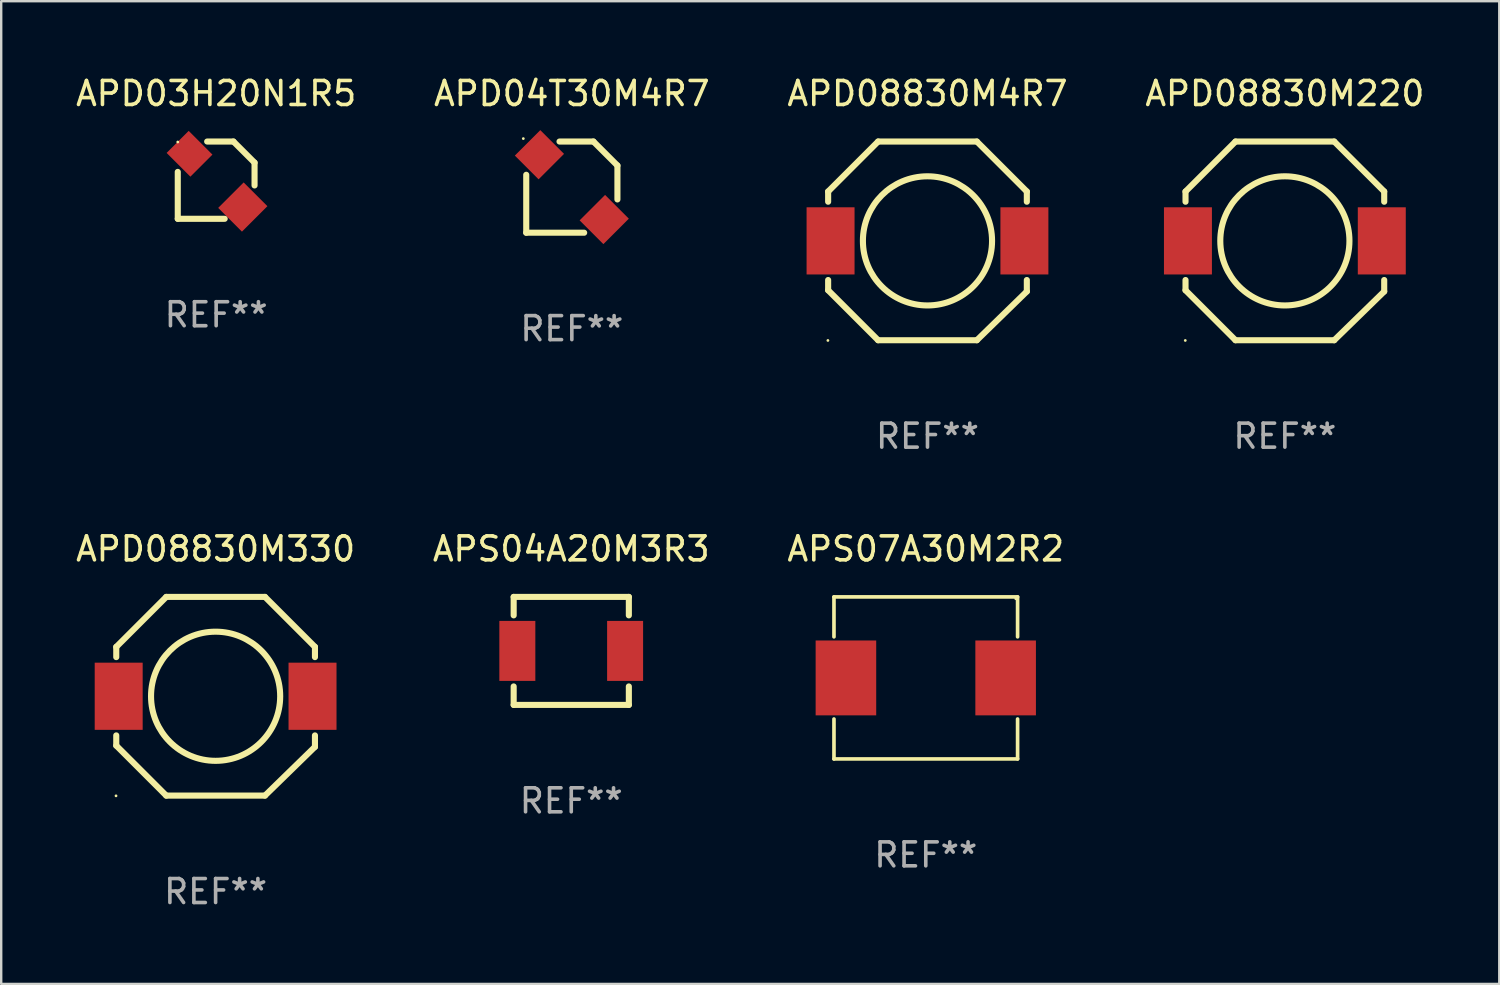
<source format=kicad_pcb>
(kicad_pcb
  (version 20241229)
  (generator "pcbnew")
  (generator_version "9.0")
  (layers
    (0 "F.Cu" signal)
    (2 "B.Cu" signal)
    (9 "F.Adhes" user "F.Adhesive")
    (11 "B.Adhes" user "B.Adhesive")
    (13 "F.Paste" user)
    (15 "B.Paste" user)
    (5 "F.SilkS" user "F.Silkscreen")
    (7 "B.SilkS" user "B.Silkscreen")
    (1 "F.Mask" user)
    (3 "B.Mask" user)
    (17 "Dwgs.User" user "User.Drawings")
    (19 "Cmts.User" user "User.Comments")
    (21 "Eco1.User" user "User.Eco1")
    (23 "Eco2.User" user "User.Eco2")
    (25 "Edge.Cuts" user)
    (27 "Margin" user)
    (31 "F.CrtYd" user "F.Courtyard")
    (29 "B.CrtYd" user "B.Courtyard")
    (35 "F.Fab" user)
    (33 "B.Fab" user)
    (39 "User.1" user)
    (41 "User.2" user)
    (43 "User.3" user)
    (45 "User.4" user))
  (footprint "APD08830M220"
    (layer "F.Cu")
    (at 50.494 6.988)
    (property "Reference" "APD08830M220" (at 0 -6.14 0) (layer "F.SilkS") (effects (font (size 1 1) (thickness 0.15))))
    (attr through_hole)
    (fp_line (start -4.14 -2.057) (end -2.057 -4.14) (stroke (width 0.254) (type solid)) (layer "F.SilkS"))
    (fp_line (start -4.14 -1.631) (end -4.14 -2.057) (stroke (width 0.254) (type solid)) (layer "F.SilkS"))
    (fp_line (start -4.14 2.057) (end -4.14 1.631) (stroke (width 0.254) (type solid)) (layer "F.SilkS"))
    (fp_line (start -2.057 -4.14) (end 2.057 -4.14) (stroke (width 0.254) (type solid)) (layer "F.SilkS"))
    (fp_line (start -2.057 4.14) (end -4.14 2.057) (stroke (width 0.254) (type solid)) (layer "F.SilkS"))
    (fp_line (start 2.057 -4.14) (end 4.14 -2.057) (stroke (width 0.254) (type solid)) (layer "F.SilkS"))
    (fp_line (start 2.057 4.14) (end -2.057 4.14) (stroke (width 0.254) (type solid)) (layer "F.SilkS"))
    (fp_line (start 4.14 -2.057) (end 4.14 -1.631) (stroke (width 0.254) (type solid)) (layer "F.SilkS"))
    (fp_line (start 4.14 1.631) (end 4.14 2.108) (stroke (width 0.254) (type solid)) (layer "F.SilkS"))
    (fp_line (start 4.14 2.108) (end 2.057 4.14) (stroke (width 0.254) (type solid)) (layer "F.SilkS"))
    (fp_circle (center -4.15 4.15) (end -4.12 4.15) (stroke (width 0.06) (type solid)) (fill no) (layer "F.SilkS"))
    (fp_circle (center 0 0) (end 2.691 0) (stroke (width 0.254) (type solid)) (fill no) (layer "F.SilkS"))
    (fp_text user "REF**" (at 0 8.14 0) (layer "F.Fab") (effects (font (size 1 1) (thickness 0.15))))
    (pad "1" smd rect (at -4.039 0) (size 1.999 2.799) (layers "F.Cu" "F.Mask" "F.Paste"))
    (pad "2" smd rect (at 4.039 0) (size 1.999 2.799) (layers "F.Cu" "F.Mask" "F.Paste")))
  (footprint "APS07A30M2R2"
    (layer "F.Cu")
    (at 35.53 25.201)
    (property "Reference" "APS07A30M2R2" (at 0 -5.376 0) (layer "F.SilkS") (effects (font (size 1 1) (thickness 0.15))))
    (attr through_hole)
    (fp_line (start -3.826 -3.376) (end 3.826 -3.376) (stroke (width 0.152) (type solid)) (layer "F.SilkS"))
    (fp_line (start -3.826 -1.712) (end -3.826 -3.376) (stroke (width 0.152) (type solid)) (layer "F.SilkS"))
    (fp_line (start -3.826 1.712) (end -3.826 3.376) (stroke (width 0.152) (type solid)) (layer "F.SilkS"))
    (fp_line (start -3.826 3.376) (end 3.826 3.376) (stroke (width 0.152) (type solid)) (layer "F.SilkS"))
    (fp_line (start 3.826 -3.376) (end 3.826 -1.712) (stroke (width 0.152) (type solid)) (layer "F.SilkS"))
    (fp_line (start 3.826 3.376) (end 3.826 1.712) (stroke (width 0.152) (type solid)) (layer "F.SilkS"))
    (fp_circle (center 3.75 -3.3) (end 3.78 -3.3) (stroke (width 0.06) (type solid)) (fill no) (layer "F.SilkS"))
    (fp_text user "REF**" (at 0 7.376 0) (layer "F.Fab") (effects (font (size 1 1) (thickness 0.15))))
    (pad "1" smd rect (at 3.328 0) (size 2.524 3.12) (layers "F.Cu" "F.Mask" "F.Paste"))
    (pad "2" smd rect (at -3.328 0) (size 2.524 3.12) (layers "F.Cu" "F.Mask" "F.Paste")))
  (footprint "APD03H20N1R5"
    (layer "F.Cu")
    (at 5.958 4.458)
    (property "Reference" "APD03H20N1R5" (at 0 -3.61 0) (layer "F.SilkS") (effects (font (size 1 1) (thickness 0.15))))
    (attr through_hole)
    (fp_line (start -1.6 1.61) (end -1.6 -0.345) (stroke (width 0.254) (type solid)) (layer "F.SilkS"))
    (fp_line (start -0.375 -1.61) (end 0.72 -1.61) (stroke (width 0.254) (type solid)) (layer "F.SilkS"))
    (fp_line (start 0.355 1.61) (end -1.6 1.61) (stroke (width 0.254) (type solid)) (layer "F.SilkS"))
    (fp_line (start 0.72 -1.61) (end 1.6 -0.73) (stroke (width 0.254) (type solid)) (layer "F.SilkS"))
    (fp_line (start 1.6 -0.73) (end 1.6 0.22) (stroke (width 0.254) (type solid)) (layer "F.SilkS"))
    (fp_circle (center -1.6 -1.59) (end -1.57 -1.59) (stroke (width 0.06) (type solid)) (fill no) (layer "F.SilkS"))
    (fp_text user "REF**" (at 0 5.61 0) (layer "F.Fab") (effects (font (size 1 1) (thickness 0.15))))
    (pad "1" smd rect (at -1.11 -1.1 45) (size 1.3 1.4) (layers "F.Cu" "F.Mask" "F.Paste"))
    (pad "2" smd rect (at 1.11 1.12 45) (size 1.5 1.4) (layers "F.Cu" "F.Mask" "F.Paste")))
  (footprint "APD08830M4R7"
    (layer "F.Cu")
    (at 35.601 6.988)
    (property "Reference" "APD08830M4R7" (at 0 -6.14 0) (layer "F.SilkS") (effects (font (size 1 1) (thickness 0.15))))
    (attr through_hole)
    (fp_line (start -4.14 -2.057) (end -2.057 -4.14) (stroke (width 0.254) (type solid)) (layer "F.SilkS"))
    (fp_line (start -4.14 -1.631) (end -4.14 -2.057) (stroke (width 0.254) (type solid)) (layer "F.SilkS"))
    (fp_line (start -4.14 2.057) (end -4.14 1.631) (stroke (width 0.254) (type solid)) (layer "F.SilkS"))
    (fp_line (start -2.057 -4.14) (end 2.057 -4.14) (stroke (width 0.254) (type solid)) (layer "F.SilkS"))
    (fp_line (start -2.057 4.14) (end -4.14 2.057) (stroke (width 0.254) (type solid)) (layer "F.SilkS"))
    (fp_line (start 2.057 -4.14) (end 4.14 -2.057) (stroke (width 0.254) (type solid)) (layer "F.SilkS"))
    (fp_line (start 2.057 4.14) (end -2.057 4.14) (stroke (width 0.254) (type solid)) (layer "F.SilkS"))
    (fp_line (start 4.14 -2.057) (end 4.14 -1.631) (stroke (width 0.254) (type solid)) (layer "F.SilkS"))
    (fp_line (start 4.14 1.631) (end 4.14 2.108) (stroke (width 0.254) (type solid)) (layer "F.SilkS"))
    (fp_line (start 4.14 2.108) (end 2.057 4.14) (stroke (width 0.254) (type solid)) (layer "F.SilkS"))
    (fp_circle (center -4.15 4.15) (end -4.12 4.15) (stroke (width 0.06) (type solid)) (fill no) (layer "F.SilkS"))
    (fp_circle (center 0 0) (end 2.691 0) (stroke (width 0.254) (type solid)) (fill no) (layer "F.SilkS"))
    (fp_text user "REF**" (at 0 8.14 0) (layer "F.Fab") (effects (font (size 1 1) (thickness 0.15))))
    (pad "1" smd rect (at -4.039 0) (size 1.999 2.799) (layers "F.Cu" "F.Mask" "F.Paste"))
    (pad "2" smd rect (at 4.039 0) (size 1.999 2.799) (layers "F.Cu" "F.Mask" "F.Paste")))
  (footprint "APS04A20M3R3"
    (layer "F.Cu")
    (at 20.756 24.075)
    (property "Reference" "APS04A20M3R3" (at 0 -4.25 0) (layer "F.SilkS") (effects (font (size 1 1) (thickness 0.15))))
    (attr through_hole)
    (fp_line (start -2.4 -2.25) (end 2.4 -2.25) (stroke (width 0.254) (type solid)) (layer "F.SilkS"))
    (fp_line (start -2.4 -1.481) (end -2.4 -2.25) (stroke (width 0.254) (type solid)) (layer "F.SilkS"))
    (fp_line (start -2.4 2.25) (end -2.4 1.481) (stroke (width 0.254) (type solid)) (layer "F.SilkS"))
    (fp_line (start 2.4 -2.25) (end 2.4 -1.481) (stroke (width 0.254) (type solid)) (layer "F.SilkS"))
    (fp_line (start 2.4 1.481) (end 2.4 2.25) (stroke (width 0.254) (type solid)) (layer "F.SilkS"))
    (fp_line (start 2.4 2.25) (end -2.4 2.25) (stroke (width 0.254) (type solid)) (layer "F.SilkS"))
    (fp_circle (center -2.375 2.25) (end -2.345 2.25) (stroke (width 0.06) (type solid)) (fill no) (layer "F.SilkS"))
    (fp_text user "REF**" (at 0 6.25 0) (layer "F.Fab") (effects (font (size 1 1) (thickness 0.15))))
    (pad "1" smd rect (at -2.247 0) (size 1.5 2.5) (layers "F.Cu" "F.Mask" "F.Paste"))
    (pad "2" smd rect (at 2.244 0) (size 1.5 2.5) (layers "F.Cu" "F.Mask" "F.Paste")))
  (footprint "APD04T30M4R7"
    (layer "F.Cu")
    (at 20.78 4.748)
    (property "Reference" "APD04T30M4R7" (at 0 -3.9 0) (layer "F.SilkS") (effects (font (size 1 1) (thickness 0.15))))
    (attr through_hole)
    (fp_line (start -1.9 1.9) (end -1.9 -0.514) (stroke (width 0.254) (type solid)) (layer "F.SilkS"))
    (fp_line (start 0.514 1.9) (end -1.9 1.9) (stroke (width 0.254) (type solid)) (layer "F.SilkS"))
    (fp_line (start 0.9 -1.9) (end -0.513 -1.9) (stroke (width 0.254) (type solid)) (layer "F.SilkS"))
    (fp_line (start 0.9 -1.9) (end 1.9 -0.9) (stroke (width 0.254) (type solid)) (layer "F.SilkS"))
    (fp_line (start 1.9 -0.9) (end 1.9 0.513) (stroke (width 0.254) (type solid)) (layer "F.SilkS"))
    (fp_circle (center -2.022 -2.022) (end -1.992 -2.022) (stroke (width 0.06) (type solid)) (fill no) (layer "F.SilkS"))
    (fp_text user "REF**" (at 0 5.9 0) (layer "F.Fab") (effects (font (size 1 1) (thickness 0.15))))
    (pad "1" smd rect (at -1.35 -1.35 45) (size 1.5 1.4) (layers "F.Cu" "F.Mask" "F.Paste"))
    (pad "2" smd rect (at 1.35 1.35 45) (size 1.5 1.4) (layers "F.Cu" "F.Mask" "F.Paste")))
  (footprint "APD08830M330"
    (layer "F.Cu")
    (at 5.935 25.965)
    (property "Reference" "APD08830M330" (at 0 -6.14 0) (layer "F.SilkS") (effects (font (size 1 1) (thickness 0.15))))
    (attr through_hole)
    (fp_line (start -4.14 -2.057) (end -2.057 -4.14) (stroke (width 0.254) (type solid)) (layer "F.SilkS"))
    (fp_line (start -4.14 -1.631) (end -4.14 -2.057) (stroke (width 0.254) (type solid)) (layer "F.SilkS"))
    (fp_line (start -4.14 2.057) (end -4.14 1.631) (stroke (width 0.254) (type solid)) (layer "F.SilkS"))
    (fp_line (start -2.057 -4.14) (end 2.057 -4.14) (stroke (width 0.254) (type solid)) (layer "F.SilkS"))
    (fp_line (start -2.057 4.14) (end -4.14 2.057) (stroke (width 0.254) (type solid)) (layer "F.SilkS"))
    (fp_line (start 2.057 -4.14) (end 4.14 -2.057) (stroke (width 0.254) (type solid)) (layer "F.SilkS"))
    (fp_line (start 2.057 4.14) (end -2.057 4.14) (stroke (width 0.254) (type solid)) (layer "F.SilkS"))
    (fp_line (start 4.14 -2.057) (end 4.14 -1.631) (stroke (width 0.254) (type solid)) (layer "F.SilkS"))
    (fp_line (start 4.14 1.631) (end 4.14 2.108) (stroke (width 0.254) (type solid)) (layer "F.SilkS"))
    (fp_line (start 4.14 2.108) (end 2.057 4.14) (stroke (width 0.254) (type solid)) (layer "F.SilkS"))
    (fp_circle (center -4.15 4.15) (end -4.12 4.15) (stroke (width 0.06) (type solid)) (fill no) (layer "F.SilkS"))
    (fp_circle (center 0 0) (end 2.691 0) (stroke (width 0.254) (type solid)) (fill no) (layer "F.SilkS"))
    (fp_text user "REF**" (at 0 8.14 0) (layer "F.Fab") (effects (font (size 1 1) (thickness 0.15))))
    (pad "1" smd rect (at -4.039 0) (size 1.999 2.799) (layers "F.Cu" "F.Mask" "F.Paste"))
    (pad "2" smd rect (at 4.039 0) (size 1.999 2.799) (layers "F.Cu" "F.Mask" "F.Paste")))
  (gr_rect
    (start -3 -3)
    (end 59.429 37.954)
    (stroke (width 0.1) (type default))
    (fill no)
    (layer "Edge.Cuts")))
</source>
